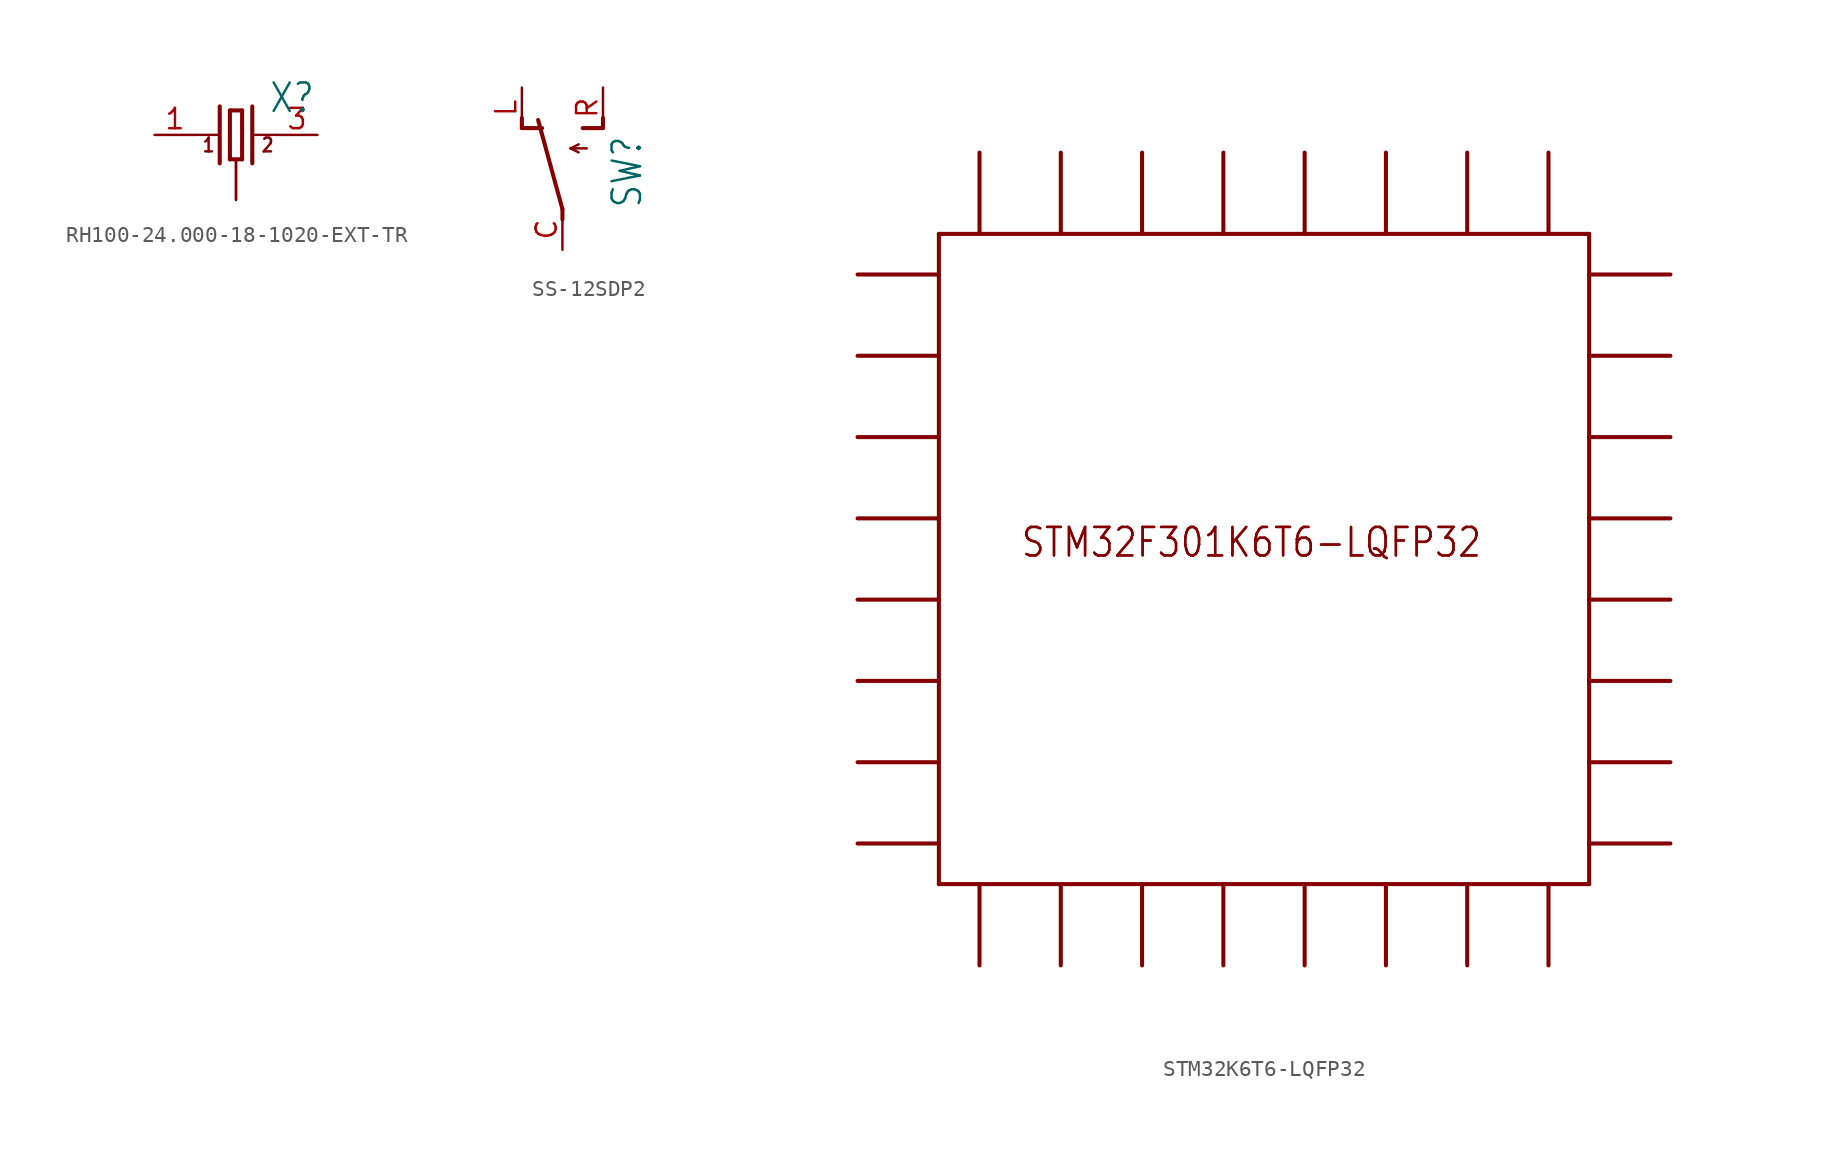
<source format=kicad_sym>
(kicad_symbol_lib
  (version 20220914)
  (generator kicad_symbol_editor)
  (symbol "RH100-24.000-18-1020-EXT-TR"
    (property "Reference" "X"
      (at 2.032 1.27 0)
      (effects (font (size 1.778 1.511)) (justify left bottom)))
    (property "Value" ""
      (at 1.27 -4.064 0)
      (effects (font (size 1.778 1.511)) (justify left bottom)))
    (property "ki_locked" ""
      (at 0 0 0)
      (effects (font (size 1.27 1.27))))
    (symbol "RH100-24.000-18-1020-EXT-TR_1_0"
      (polyline (pts (xy -2.54 0) (xy -1.016 0)) (stroke (width 0.152) (type solid)) (fill (type none)))
      (polyline (pts (xy -1.016 1.778) (xy -1.016 -1.778)) (stroke (width 0.254) (type solid)) (fill (type none)))
      (polyline (pts (xy -0.381 -1.524) (xy 0.381 -1.524)) (stroke (width 0.254) (type solid)) (fill (type none)))
      (polyline (pts (xy -0.381 1.524) (xy -0.381 -1.524)) (stroke (width 0.254) (type solid)) (fill (type none)))
      (polyline (pts (xy 0.381 -1.524) (xy 0.381 1.524)) (stroke (width 0.254) (type solid)) (fill (type none)))
      (polyline (pts (xy 0.381 1.524) (xy -0.381 1.524)) (stroke (width 0.254) (type solid)) (fill (type none)))
      (polyline (pts (xy 1.016 0) (xy 2.54 0)) (stroke (width 0.152) (type solid)) (fill (type none)))
      (polyline (pts (xy 1.016 1.778) (xy 1.016 -1.778)) (stroke (width 0.254) (type solid)) (fill (type none)))
      (text "1" (at -2.159 -1.143 0) (effects (font (size 0.864 0.734)) (justify left bottom)))
      (text "2" (at 1.524 -1.143 0) (effects (font (size 0.864 0.734)) (justify left bottom)))
      (pin passive line (at -5.08 0 0) (length 2.54) (name "1" (effects (font (size 0 0)))) (number "1" (effects (font (size 1.27 1.27)))))
      (pin bidirectional line (at 0 -4.064 90) (length 2.54) (name "SHIELD" (effects (font (size 0 0)))) (number "2" (effects (font (size 0 0)))))
      (pin passive line (at 5.08 0 180) (length 2.54) (name "2" (effects (font (size 0 0)))) (number "3" (effects (font (size 1.27 1.27)))))
      (pin bidirectional line (at 0 -4.064 90) (length 2.54) (name "SHIELD" (effects (font (size 0 0)))) (number "4" (effects (font (size 0 0)))))))
  (symbol "SS-12SDP2"
    (property "Reference" "SW"
      (at 5.08 -2.54 90)
      (effects (font (size 1.778 1.511)) (justify left bottom)))
    (property "Value" ""
      (at 7.62 -2.54 90)
      (effects (font (size 1.778 1.511)) (justify left bottom)))
    (property "ki_locked" ""
      (at 0 0 0)
      (effects (font (size 1.27 1.27))))
    (symbol "SS-12SDP2_1_0"
      (polyline (pts (xy -2.54 2.54) (xy -2.54 3.175)) (stroke (width 0.254) (type solid)) (fill (type none)))
      (polyline (pts (xy -2.54 2.54) (xy -1.27 2.54)) (stroke (width 0.254) (type solid)) (fill (type none)))
      (polyline (pts (xy 0 -3.175) (xy 0 -2.54)) (stroke (width 0.254) (type solid)) (fill (type none)))
      (polyline (pts (xy 0 -2.54) (xy -1.524 3.048)) (stroke (width 0.254) (type solid)) (fill (type none)))
      (polyline (pts (xy 0.508 1.27) (xy 1.016 1.016)) (stroke (width 0.152) (type solid)) (fill (type none)))
      (polyline (pts (xy 0.508 1.27) (xy 1.016 1.524)) (stroke (width 0.152) (type solid)) (fill (type none)))
      (polyline (pts (xy 0.508 1.27) (xy 1.524 1.27)) (stroke (width 0.152) (type solid)) (fill (type none)))
      (polyline (pts (xy 1.27 2.54) (xy 2.54 2.54)) (stroke (width 0.254) (type solid)) (fill (type none)))
      (polyline (pts (xy 2.54 2.54) (xy 2.54 3.175)) (stroke (width 0.254) (type solid)) (fill (type none)))
      (pin passive line (at 0 -5.08 90) (length 2.54) (name "C" (effects (font (size 0 0)))) (number "C" (effects (font (size 1.27 1.27)))))
      (pin passive line (at -2.54 5.08 270) (length 2.54) (name "L" (effects (font (size 0 0)))) (number "L" (effects (font (size 1.27 1.27)))))
      (pin passive line (at 2.54 5.08 270) (length 2.54) (name "R" (effects (font (size 0 0)))) (number "R" (effects (font (size 1.27 1.27)))))))
  (symbol "STM32K6T6-LQFP32"
    (property "Reference" ""
      (at 25.4 27.94 0)
      (effects (font (size 1.778 1.511)) (justify left bottom) hide))
    (property "ki_locked" ""
      (at 0 0 0)
      (effects (font (size 1.27 1.27))))
    (symbol "STM32K6T6-LQFP32_1_0"
      (polyline (pts (xy -20.32 -20.32) (xy -17.78 -20.32)) (stroke (width 0.254) (type solid)) (fill (type none)))
      (polyline (pts (xy -20.32 -17.78) (xy -25.4 -17.78)) (stroke (width 0.254) (type solid)) (fill (type none)))
      (polyline (pts (xy -20.32 -17.78) (xy -20.32 -20.32)) (stroke (width 0.254) (type solid)) (fill (type none)))
      (polyline (pts (xy -20.32 -12.7) (xy -25.4 -12.7)) (stroke (width 0.254) (type solid)) (fill (type none)))
      (polyline (pts (xy -20.32 -12.7) (xy -20.32 -17.78)) (stroke (width 0.254) (type solid)) (fill (type none)))
      (polyline (pts (xy -20.32 -7.62) (xy -25.4 -7.62)) (stroke (width 0.254) (type solid)) (fill (type none)))
      (polyline (pts (xy -20.32 -7.62) (xy -20.32 -12.7)) (stroke (width 0.254) (type solid)) (fill (type none)))
      (polyline (pts (xy -20.32 -2.54) (xy -25.4 -2.54)) (stroke (width 0.254) (type solid)) (fill (type none)))
      (polyline (pts (xy -20.32 -2.54) (xy -20.32 -7.62)) (stroke (width 0.254) (type solid)) (fill (type none)))
      (polyline (pts (xy -20.32 2.54) (xy -25.4 2.54)) (stroke (width 0.254) (type solid)) (fill (type none)))
      (polyline (pts (xy -20.32 2.54) (xy -20.32 -2.54)) (stroke (width 0.254) (type solid)) (fill (type none)))
      (polyline (pts (xy -20.32 7.62) (xy -25.4 7.62)) (stroke (width 0.254) (type solid)) (fill (type none)))
      (polyline (pts (xy -20.32 7.62) (xy -20.32 2.54)) (stroke (width 0.254) (type solid)) (fill (type none)))
      (polyline (pts (xy -20.32 12.7) (xy -25.4 12.7)) (stroke (width 0.254) (type solid)) (fill (type none)))
      (polyline (pts (xy -20.32 12.7) (xy -20.32 7.62)) (stroke (width 0.254) (type solid)) (fill (type none)))
      (polyline (pts (xy -20.32 17.78) (xy -25.4 17.78)) (stroke (width 0.254) (type solid)) (fill (type none)))
      (polyline (pts (xy -20.32 17.78) (xy -20.32 12.7)) (stroke (width 0.254) (type solid)) (fill (type none)))
      (polyline (pts (xy -20.32 20.32) (xy -20.32 17.78)) (stroke (width 0.254) (type solid)) (fill (type none)))
      (polyline (pts (xy -17.78 -20.32) (xy -17.78 -25.4)) (stroke (width 0.254) (type solid)) (fill (type none)))
      (polyline (pts (xy -17.78 -20.32) (xy -12.7 -20.32)) (stroke (width 0.254) (type solid)) (fill (type none)))
      (polyline (pts (xy -17.78 20.32) (xy -20.32 20.32)) (stroke (width 0.254) (type solid)) (fill (type none)))
      (polyline (pts (xy -17.78 20.32) (xy -17.78 25.4)) (stroke (width 0.254) (type solid)) (fill (type none)))
      (polyline (pts (xy -12.7 -25.4) (xy -12.7 -20.32)) (stroke (width 0.254) (type solid)) (fill (type none)))
      (polyline (pts (xy -12.7 -20.32) (xy -7.62 -20.32)) (stroke (width 0.254) (type solid)) (fill (type none)))
      (polyline (pts (xy -12.7 20.32) (xy -17.78 20.32)) (stroke (width 0.254) (type solid)) (fill (type none)))
      (polyline (pts (xy -12.7 20.32) (xy -12.7 25.4)) (stroke (width 0.254) (type solid)) (fill (type none)))
      (polyline (pts (xy -7.62 -20.32) (xy -7.62 -25.4)) (stroke (width 0.254) (type solid)) (fill (type none)))
      (polyline (pts (xy -7.62 -20.32) (xy -2.54 -20.32)) (stroke (width 0.254) (type solid)) (fill (type none)))
      (polyline (pts (xy -7.62 20.32) (xy -12.7 20.32)) (stroke (width 0.254) (type solid)) (fill (type none)))
      (polyline (pts (xy -7.62 20.32) (xy -7.62 25.4)) (stroke (width 0.254) (type solid)) (fill (type none)))
      (polyline (pts (xy -2.54 -20.32) (xy -2.54 -25.4)) (stroke (width 0.254) (type solid)) (fill (type none)))
      (polyline (pts (xy -2.54 -20.32) (xy 2.54 -20.32)) (stroke (width 0.254) (type solid)) (fill (type none)))
      (polyline (pts (xy -2.54 20.32) (xy -7.62 20.32)) (stroke (width 0.254) (type solid)) (fill (type none)))
      (polyline (pts (xy -2.54 20.32) (xy -2.54 25.4)) (stroke (width 0.254) (type solid)) (fill (type none)))
      (polyline (pts (xy 2.54 -20.32) (xy 2.54 -25.4)) (stroke (width 0.254) (type solid)) (fill (type none)))
      (polyline (pts (xy 2.54 -20.32) (xy 7.62 -20.32)) (stroke (width 0.254) (type solid)) (fill (type none)))
      (polyline (pts (xy 2.54 20.32) (xy -2.54 20.32)) (stroke (width 0.254) (type solid)) (fill (type none)))
      (polyline (pts (xy 2.54 20.32) (xy 2.54 25.4)) (stroke (width 0.254) (type solid)) (fill (type none)))
      (polyline (pts (xy 7.62 -20.32) (xy 7.62 -25.4)) (stroke (width 0.254) (type solid)) (fill (type none)))
      (polyline (pts (xy 7.62 -20.32) (xy 12.7 -20.32)) (stroke (width 0.254) (type solid)) (fill (type none)))
      (polyline (pts (xy 7.62 20.32) (xy 2.54 20.32)) (stroke (width 0.254) (type solid)) (fill (type none)))
      (polyline (pts (xy 7.62 20.32) (xy 7.62 25.4)) (stroke (width 0.254) (type solid)) (fill (type none)))
      (polyline (pts (xy 12.7 -20.32) (xy 12.7 -25.4)) (stroke (width 0.254) (type solid)) (fill (type none)))
      (polyline (pts (xy 12.7 -20.32) (xy 17.78 -20.32)) (stroke (width 0.254) (type solid)) (fill (type none)))
      (polyline (pts (xy 12.7 20.32) (xy 7.62 20.32)) (stroke (width 0.254) (type solid)) (fill (type none)))
      (polyline (pts (xy 12.7 20.32) (xy 12.7 25.4)) (stroke (width 0.254) (type solid)) (fill (type none)))
      (polyline (pts (xy 17.78 -20.32) (xy 17.78 -25.4)) (stroke (width 0.254) (type solid)) (fill (type none)))
      (polyline (pts (xy 17.78 -20.32) (xy 20.32 -20.32)) (stroke (width 0.254) (type solid)) (fill (type none)))
      (polyline (pts (xy 17.78 20.32) (xy 12.7 20.32)) (stroke (width 0.254) (type solid)) (fill (type none)))
      (polyline (pts (xy 17.78 20.32) (xy 17.78 25.4)) (stroke (width 0.254) (type solid)) (fill (type none)))
      (polyline (pts (xy 20.32 -20.32) (xy 20.32 -17.78)) (stroke (width 0.254) (type solid)) (fill (type none)))
      (polyline (pts (xy 20.32 -17.78) (xy 20.32 -12.7)) (stroke (width 0.254) (type solid)) (fill (type none)))
      (polyline (pts (xy 20.32 -17.78) (xy 25.4 -17.78)) (stroke (width 0.254) (type solid)) (fill (type none)))
      (polyline (pts (xy 20.32 -12.7) (xy 20.32 -7.62)) (stroke (width 0.254) (type solid)) (fill (type none)))
      (polyline (pts (xy 20.32 -12.7) (xy 25.4 -12.7)) (stroke (width 0.254) (type solid)) (fill (type none)))
      (polyline (pts (xy 20.32 -7.62) (xy 20.32 -2.54)) (stroke (width 0.254) (type solid)) (fill (type none)))
      (polyline (pts (xy 20.32 -7.62) (xy 25.4 -7.62)) (stroke (width 0.254) (type solid)) (fill (type none)))
      (polyline (pts (xy 20.32 -2.54) (xy 20.32 2.54)) (stroke (width 0.254) (type solid)) (fill (type none)))
      (polyline (pts (xy 20.32 -2.54) (xy 25.4 -2.54)) (stroke (width 0.254) (type solid)) (fill (type none)))
      (polyline (pts (xy 20.32 2.54) (xy 20.32 7.62)) (stroke (width 0.254) (type solid)) (fill (type none)))
      (polyline (pts (xy 20.32 2.54) (xy 25.4 2.54)) (stroke (width 0.254) (type solid)) (fill (type none)))
      (polyline (pts (xy 20.32 7.62) (xy 20.32 12.7)) (stroke (width 0.254) (type solid)) (fill (type none)))
      (polyline (pts (xy 20.32 7.62) (xy 25.4 7.62)) (stroke (width 0.254) (type solid)) (fill (type none)))
      (polyline (pts (xy 20.32 12.7) (xy 20.32 17.78)) (stroke (width 0.254) (type solid)) (fill (type none)))
      (polyline (pts (xy 20.32 12.7) (xy 25.4 12.7)) (stroke (width 0.254) (type solid)) (fill (type none)))
      (polyline (pts (xy 20.32 17.78) (xy 20.32 20.32)) (stroke (width 0.254) (type solid)) (fill (type none)))
      (polyline (pts (xy 20.32 17.78) (xy 25.4 17.78)) (stroke (width 0.254) (type solid)) (fill (type none)))
      (polyline (pts (xy 20.32 20.32) (xy 17.78 20.32)) (stroke (width 0.254) (type solid)) (fill (type none)))
      (text "STM32F301K6T6-LQFP32" (at -15.24 0 0) (effects (font (size 1.778 1.511)) (justify left bottom)))
      (text "STM32F301K6T6-LQFP32" (at -15.24 0 0) (effects (font (size 1.778 1.511)) (justify left bottom)))
      (pin bidirectional line (at -12.7 25.4 270) (length 5.08) (name "BOOT0" (effects (font (size 0 0)))) (number "BOOT0" (effects (font (size 0 0)))))
      (pin bidirectional line (at -25.4 2.54 0) (length 5.08) (name "NRST" (effects (font (size 0 0)))) (number "NRST" (effects (font (size 0 0)))))
      (pin bidirectional line (at -25.4 -7.62 0) (length 5.08) (name "PA0" (effects (font (size 0 0)))) (number "PA0" (effects (font (size 0 0)))))
      (pin bidirectional line (at -25.4 -12.7 0) (length 5.08) (name "PA1" (effects (font (size 0 0)))) (number "PA1" (effects (font (size 0 0)))))
      (pin bidirectional line (at 25.4 -2.54 180) (length 5.08) (name "PA10" (effects (font (size 0 0)))) (number "PA10" (effects (font (size 0 0)))))
      (pin bidirectional line (at 25.4 2.54 180) (length 5.08) (name "PA11" (effects (font (size 0 0)))) (number "PA11" (effects (font (size 0 0)))))
      (pin bidirectional line (at 25.4 7.62 180) (length 5.08) (name "PA12" (effects (font (size 0 0)))) (number "PA12" (effects (font (size 0 0)))))
      (pin bidirectional line (at 25.4 12.7 180) (length 5.08) (name "PA13" (effects (font (size 0 0)))) (number "PA13" (effects (font (size 0 0)))))
      (pin bidirectional line (at 25.4 17.78 180) (length 5.08) (name "PA14" (effects (font (size 0 0)))) (number "PA14" (effects (font (size 0 0)))))
      (pin bidirectional line (at 17.78 25.4 270) (length 5.08) (name "PA15" (effects (font (size 0 0)))) (number "PA15" (effects (font (size 0 0)))))
      (pin bidirectional line (at -25.4 -17.78 0) (length 5.08) (name "PA2" (effects (font (size 0 0)))) (number "PA2" (effects (font (size 0 0)))))
      (pin bidirectional line (at -17.78 -25.4 90) (length 5.08) (name "PA3" (effects (font (size 0 0)))) (number "PA3" (effects (font (size 0 0)))))
      (pin bidirectional line (at -12.7 -25.4 90) (length 5.08) (name "PA4" (effects (font (size 0 0)))) (number "PA4" (effects (font (size 0 0)))))
      (pin bidirectional line (at -7.62 -25.4 90) (length 5.08) (name "PA5" (effects (font (size 0 0)))) (number "PA5" (effects (font (size 0 0)))))
      (pin bidirectional line (at -2.54 -25.4 90) (length 5.08) (name "PA6" (effects (font (size 0 0)))) (number "PA6" (effects (font (size 0 0)))))
      (pin bidirectional line (at 2.54 -25.4 90) (length 5.08) (name "PA7" (effects (font (size 0 0)))) (number "PA7" (effects (font (size 0 0)))))
      (pin bidirectional line (at 25.4 -12.7 180) (length 5.08) (name "PA8" (effects (font (size 0 0)))) (number "PA8" (effects (font (size 0 0)))))
      (pin bidirectional line (at 25.4 -7.62 180) (length 5.08) (name "PA9" (effects (font (size 0 0)))) (number "PA9" (effects (font (size 0 0)))))
      (pin bidirectional line (at 7.62 -25.4 90) (length 5.08) (name "PB0" (effects (font (size 0 0)))) (number "PB0" (effects (font (size 0 0)))))
      (pin bidirectional line (at 12.7 -25.4 90) (length 5.08) (name "PB1" (effects (font (size 0 0)))) (number "PB1" (effects (font (size 0 0)))))
      (pin bidirectional line (at 12.7 25.4 270) (length 5.08) (name "PB2" (effects (font (size 0 0)))) (number "PB3" (effects (font (size 0 0)))))
      (pin bidirectional line (at 7.62 25.4 270) (length 5.08) (name "PB3" (effects (font (size 0 0)))) (number "PB4" (effects (font (size 0 0)))))
      (pin bidirectional line (at 2.54 25.4 270) (length 5.08) (name "PB4" (effects (font (size 0 0)))) (number "PB5" (effects (font (size 0 0)))))
      (pin bidirectional line (at -2.54 25.4 270) (length 5.08) (name "PB5" (effects (font (size 0 0)))) (number "PB6" (effects (font (size 0 0)))))
      (pin bidirectional line (at -7.62 25.4 270) (length 5.08) (name "PB6" (effects (font (size 0 0)))) (number "PB7" (effects (font (size 0 0)))))
      (pin bidirectional line (at -25.4 12.7 0) (length 5.08) (name "PF0/OSC_IN" (effects (font (size 0 0)))) (number "PF0/OSC_IN" (effects (font (size 0 0)))))
      (pin bidirectional line (at -25.4 7.62 0) (length 5.08) (name "PF1/OSC_OUT" (effects (font (size 0 0)))) (number "PF1/OSC_OUT" (effects (font (size 0 0)))))
      (pin bidirectional line (at -25.4 17.78 0) (length 5.08) (name "VDD1" (effects (font (size 0 0)))) (number "VDD1" (effects (font (size 0 0)))))
      (pin bidirectional line (at 25.4 -17.78 180) (length 5.08) (name "VDD2" (effects (font (size 0 0)))) (number "VDD2" (effects (font (size 0 0)))))
      (pin bidirectional line (at -25.4 -2.54 0) (length 5.08) (name "VDDA/VREF+" (effects (font (size 0 0)))) (number "VDDA/VREF+" (effects (font (size 0 0)))))
      (pin bidirectional line (at 17.78 -25.4 90) (length 5.08) (name "VSS1" (effects (font (size 0 0)))) (number "VSS1" (effects (font (size 0 0)))))
      (pin bidirectional line (at -17.78 25.4 270) (length 5.08) (name "VSS2" (effects (font (size 0 0)))) (number "VSS2" (effects (font (size 0 0))))))))
</source>
